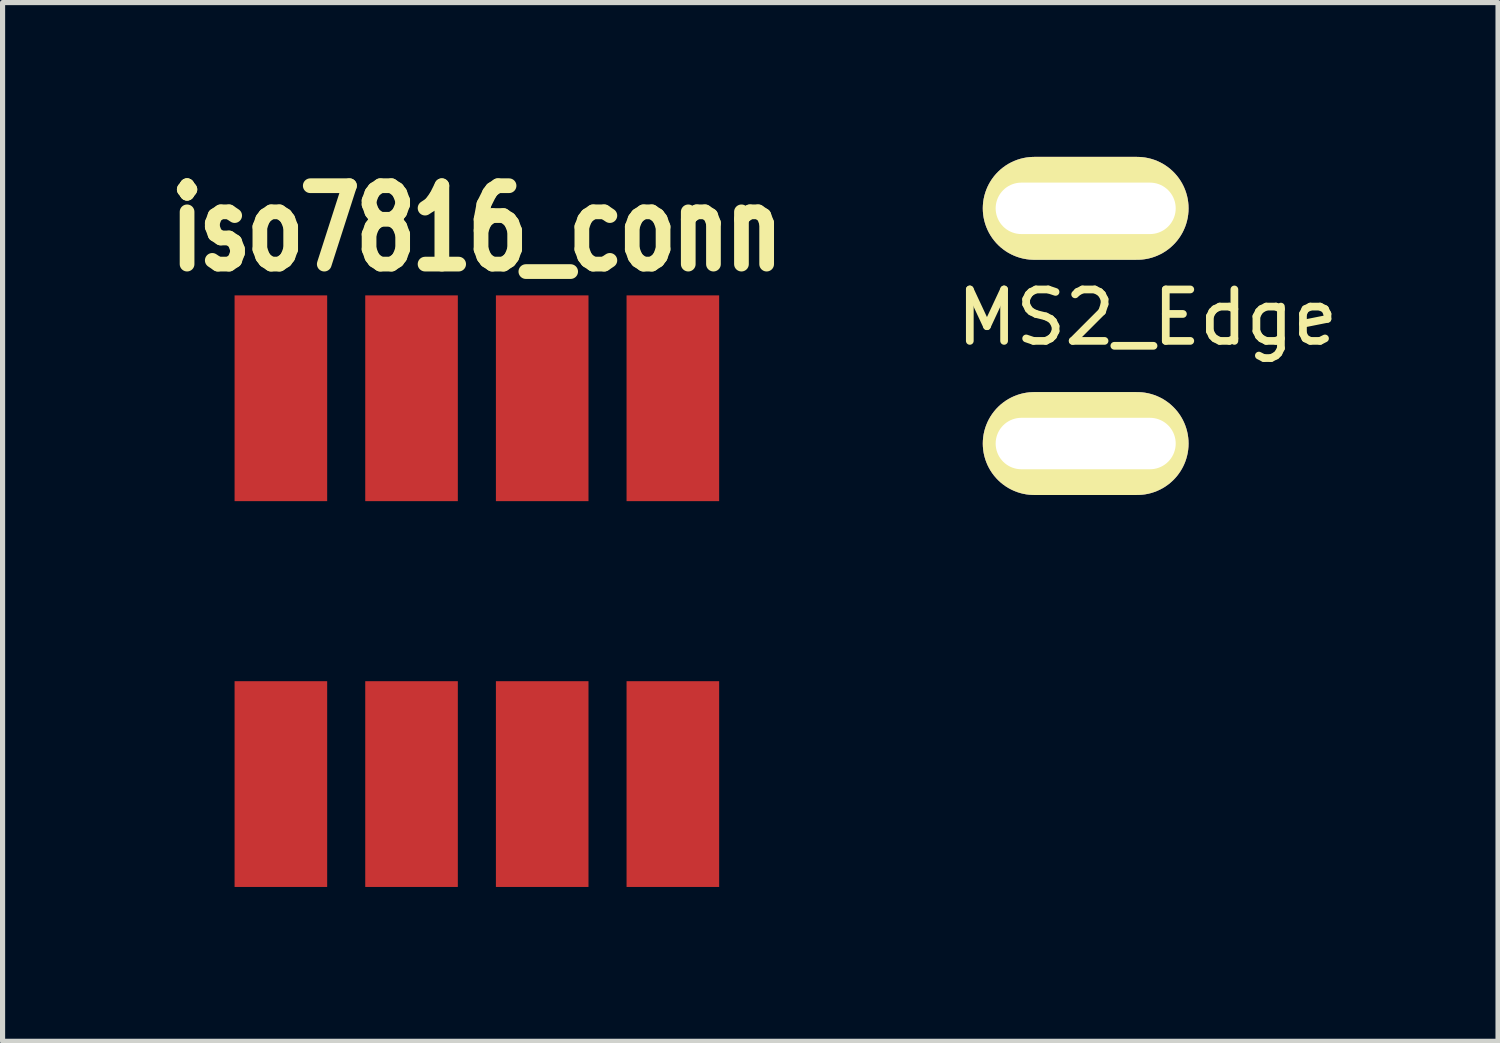
<source format=kicad_pcb>
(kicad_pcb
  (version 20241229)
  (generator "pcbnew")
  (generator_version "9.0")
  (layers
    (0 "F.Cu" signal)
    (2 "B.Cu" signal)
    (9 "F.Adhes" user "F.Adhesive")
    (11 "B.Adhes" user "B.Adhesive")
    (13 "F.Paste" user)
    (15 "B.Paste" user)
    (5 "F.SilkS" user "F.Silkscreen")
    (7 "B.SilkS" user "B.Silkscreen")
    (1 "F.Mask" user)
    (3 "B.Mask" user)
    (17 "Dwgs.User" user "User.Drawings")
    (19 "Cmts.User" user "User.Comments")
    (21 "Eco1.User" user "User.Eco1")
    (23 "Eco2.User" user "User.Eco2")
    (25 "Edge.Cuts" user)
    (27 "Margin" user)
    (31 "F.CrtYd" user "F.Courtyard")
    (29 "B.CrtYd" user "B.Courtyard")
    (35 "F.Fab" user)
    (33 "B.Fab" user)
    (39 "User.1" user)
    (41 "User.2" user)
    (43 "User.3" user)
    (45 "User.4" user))
  (footprint "MS2_Edge"
    (layer "F.Cu")
    (at 18.055 5.572)
    (property "Reference" "MS2_Edge" (at 1.2 -2.45 0) (layer "F.SilkS") (effects (font (size 1 1) (thickness 0.15))))
    (attr through_hole)
    (pad "1" thru_hole oval (at 0 0) (size 4 2) (drill oval 3.5 1) (layers "*.Cu" "*.Mask" "F.SilkS"))
    (pad "2" thru_hole oval (at 0 -4.572) (size 4 2) (drill oval 3.5 1) (layers "*.Cu" "*.Mask" "F.SilkS")))
  (footprint "iso7816_conn"
    (layer "F.Cu")
    (at 6.22 8.442)
    (property "Reference" "iso7816_conn" (at 0 -7.048 0) (layer "F.SilkS") (effects (font (size 1.524 1.143) (thickness 0.286))))
    (attr smd)
    (pad "1" smd rect (at -3.81 3.75) (size 1.8 4) (layers "F.Cu" "F.Mask" "F.Paste"))
    (pad "2" smd rect (at -1.27 3.75) (size 1.8 4) (layers "F.Cu" "F.Mask" "F.Paste"))
    (pad "3" smd rect (at 1.27 3.75) (size 1.8 4) (layers "F.Cu" "F.Mask" "F.Paste"))
    (pad "4" smd rect (at 3.81 3.75) (size 1.8 4) (layers "F.Cu" "F.Mask" "F.Paste"))
    (pad "5" smd rect (at 3.81 -3.75) (size 1.8 4) (layers "F.Cu" "F.Mask" "F.Paste"))
    (pad "6" smd rect (at 1.27 -3.75) (size 1.8 4) (layers "F.Cu" "F.Mask" "F.Paste"))
    (pad "7" smd rect (at -1.27 -3.75) (size 1.8 4) (layers "F.Cu" "F.Mask" "F.Paste"))
    (pad "8" smd rect (at -3.81 -3.75) (size 1.8 4) (layers "F.Cu" "F.Mask" "F.Paste")))
  (gr_rect
    (start -3 -3)
    (end 26.071 17.192)
    (stroke (width 0.1) (type default))
    (fill no)
    (layer "Edge.Cuts")))
</source>
